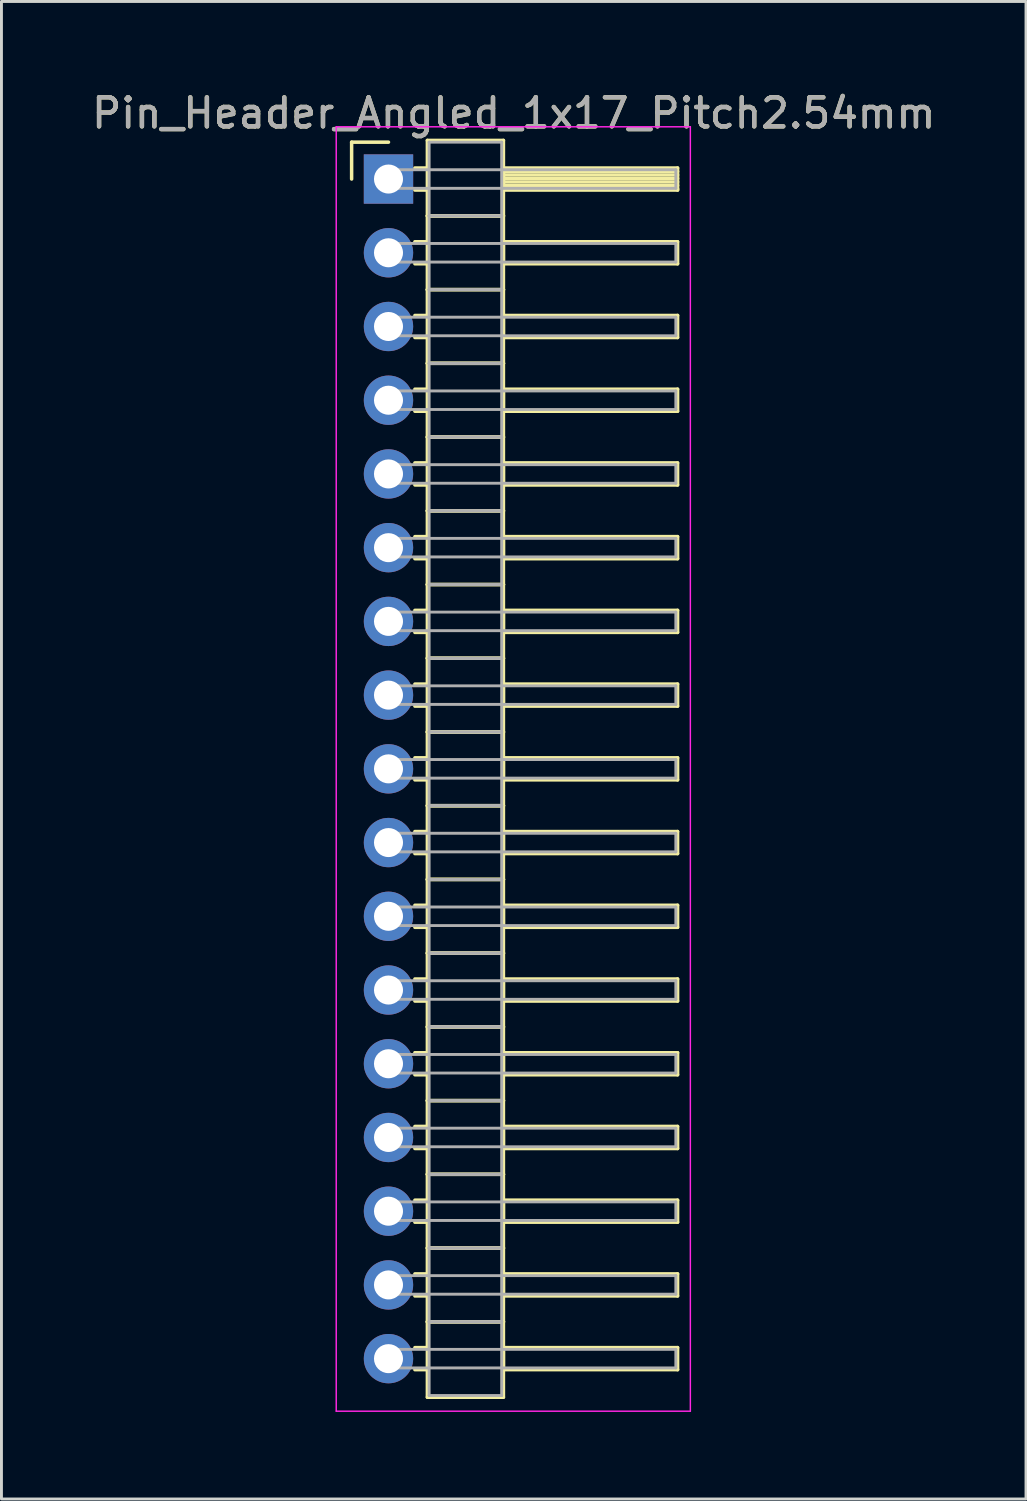
<source format=kicad_pcb>
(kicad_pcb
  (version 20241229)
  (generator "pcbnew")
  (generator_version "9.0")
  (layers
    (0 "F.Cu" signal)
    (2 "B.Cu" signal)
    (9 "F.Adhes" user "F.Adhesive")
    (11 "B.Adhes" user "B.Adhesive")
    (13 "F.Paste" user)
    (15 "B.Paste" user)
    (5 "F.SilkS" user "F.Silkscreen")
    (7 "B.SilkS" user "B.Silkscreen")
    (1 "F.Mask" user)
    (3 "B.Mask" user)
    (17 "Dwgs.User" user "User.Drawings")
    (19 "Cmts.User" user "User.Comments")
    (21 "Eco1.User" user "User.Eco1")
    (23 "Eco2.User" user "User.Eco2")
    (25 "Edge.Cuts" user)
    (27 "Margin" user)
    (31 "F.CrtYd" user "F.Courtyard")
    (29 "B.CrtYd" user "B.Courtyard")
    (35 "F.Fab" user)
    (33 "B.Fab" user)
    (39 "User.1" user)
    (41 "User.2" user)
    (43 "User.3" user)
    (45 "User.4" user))
  (footprint "Pin_Header_Angled_1x17_Pitch2.54mm"
    (layer "F.Cu")
    (at 10.334 3.118)
    (property "Reference" "Pin_Header_Angled_1x17_Pitch2.54mm" (at 4.315 -2.27 0) (layer "F.SilkS") (effects (font (size 1 1) (thickness 0.15))))
    (attr through_hole)
    (fp_line (start -1.27 -1.27) (end 0 -1.27) (stroke (width 0.12) (type solid)) (layer "F.SilkS"))
    (fp_line (start -1.27 0) (end -1.27 -1.27) (stroke (width 0.12) (type solid)) (layer "F.SilkS"))
    (fp_line (start 0.91 -0.38) (end 1.34 -0.38) (stroke (width 0.12) (type solid)) (layer "F.SilkS"))
    (fp_line (start 0.91 0.38) (end 1.34 0.38) (stroke (width 0.12) (type solid)) (layer "F.SilkS"))
    (fp_line (start 0.91 2.16) (end 1.34 2.16) (stroke (width 0.12) (type solid)) (layer "F.SilkS"))
    (fp_line (start 0.91 2.92) (end 1.34 2.92) (stroke (width 0.12) (type solid)) (layer "F.SilkS"))
    (fp_line (start 0.91 4.7) (end 1.34 4.7) (stroke (width 0.12) (type solid)) (layer "F.SilkS"))
    (fp_line (start 0.91 5.46) (end 1.34 5.46) (stroke (width 0.12) (type solid)) (layer "F.SilkS"))
    (fp_line (start 0.91 7.24) (end 1.34 7.24) (stroke (width 0.12) (type solid)) (layer "F.SilkS"))
    (fp_line (start 0.91 8) (end 1.34 8) (stroke (width 0.12) (type solid)) (layer "F.SilkS"))
    (fp_line (start 0.91 9.78) (end 1.34 9.78) (stroke (width 0.12) (type solid)) (layer "F.SilkS"))
    (fp_line (start 0.91 10.54) (end 1.34 10.54) (stroke (width 0.12) (type solid)) (layer "F.SilkS"))
    (fp_line (start 0.91 12.32) (end 1.34 12.32) (stroke (width 0.12) (type solid)) (layer "F.SilkS"))
    (fp_line (start 0.91 13.08) (end 1.34 13.08) (stroke (width 0.12) (type solid)) (layer "F.SilkS"))
    (fp_line (start 0.91 14.86) (end 1.34 14.86) (stroke (width 0.12) (type solid)) (layer "F.SilkS"))
    (fp_line (start 0.91 15.62) (end 1.34 15.62) (stroke (width 0.12) (type solid)) (layer "F.SilkS"))
    (fp_line (start 0.91 17.4) (end 1.34 17.4) (stroke (width 0.12) (type solid)) (layer "F.SilkS"))
    (fp_line (start 0.91 18.16) (end 1.34 18.16) (stroke (width 0.12) (type solid)) (layer "F.SilkS"))
    (fp_line (start 0.91 19.94) (end 1.34 19.94) (stroke (width 0.12) (type solid)) (layer "F.SilkS"))
    (fp_line (start 0.91 20.7) (end 1.34 20.7) (stroke (width 0.12) (type solid)) (layer "F.SilkS"))
    (fp_line (start 0.91 22.48) (end 1.34 22.48) (stroke (width 0.12) (type solid)) (layer "F.SilkS"))
    (fp_line (start 0.91 23.24) (end 1.34 23.24) (stroke (width 0.12) (type solid)) (layer "F.SilkS"))
    (fp_line (start 0.91 25.02) (end 1.34 25.02) (stroke (width 0.12) (type solid)) (layer "F.SilkS"))
    (fp_line (start 0.91 25.78) (end 1.34 25.78) (stroke (width 0.12) (type solid)) (layer "F.SilkS"))
    (fp_line (start 0.91 27.56) (end 1.34 27.56) (stroke (width 0.12) (type solid)) (layer "F.SilkS"))
    (fp_line (start 0.91 28.32) (end 1.34 28.32) (stroke (width 0.12) (type solid)) (layer "F.SilkS"))
    (fp_line (start 0.91 30.1) (end 1.34 30.1) (stroke (width 0.12) (type solid)) (layer "F.SilkS"))
    (fp_line (start 0.91 30.86) (end 1.34 30.86) (stroke (width 0.12) (type solid)) (layer "F.SilkS"))
    (fp_line (start 0.91 32.64) (end 1.34 32.64) (stroke (width 0.12) (type solid)) (layer "F.SilkS"))
    (fp_line (start 0.91 33.4) (end 1.34 33.4) (stroke (width 0.12) (type solid)) (layer "F.SilkS"))
    (fp_line (start 0.91 35.18) (end 1.34 35.18) (stroke (width 0.12) (type solid)) (layer "F.SilkS"))
    (fp_line (start 0.91 35.94) (end 1.34 35.94) (stroke (width 0.12) (type solid)) (layer "F.SilkS"))
    (fp_line (start 0.91 37.72) (end 1.34 37.72) (stroke (width 0.12) (type solid)) (layer "F.SilkS"))
    (fp_line (start 0.91 38.48) (end 1.34 38.48) (stroke (width 0.12) (type solid)) (layer "F.SilkS"))
    (fp_line (start 0.91 40.26) (end 1.34 40.26) (stroke (width 0.12) (type solid)) (layer "F.SilkS"))
    (fp_line (start 0.91 41.02) (end 1.34 41.02) (stroke (width 0.12) (type solid)) (layer "F.SilkS"))
    (fp_line (start 1.34 -1.33) (end 1.34 1.27) (stroke (width 0.12) (type solid)) (layer "F.SilkS"))
    (fp_line (start 1.34 1.27) (end 1.34 3.81) (stroke (width 0.12) (type solid)) (layer "F.SilkS"))
    (fp_line (start 1.34 1.27) (end 3.96 1.27) (stroke (width 0.12) (type solid)) (layer "F.SilkS"))
    (fp_line (start 1.34 3.81) (end 1.34 6.35) (stroke (width 0.12) (type solid)) (layer "F.SilkS"))
    (fp_line (start 1.34 3.81) (end 3.96 3.81) (stroke (width 0.12) (type solid)) (layer "F.SilkS"))
    (fp_line (start 1.34 6.35) (end 1.34 8.89) (stroke (width 0.12) (type solid)) (layer "F.SilkS"))
    (fp_line (start 1.34 6.35) (end 3.96 6.35) (stroke (width 0.12) (type solid)) (layer "F.SilkS"))
    (fp_line (start 1.34 8.89) (end 1.34 11.43) (stroke (width 0.12) (type solid)) (layer "F.SilkS"))
    (fp_line (start 1.34 8.89) (end 3.96 8.89) (stroke (width 0.12) (type solid)) (layer "F.SilkS"))
    (fp_line (start 1.34 11.43) (end 1.34 13.97) (stroke (width 0.12) (type solid)) (layer "F.SilkS"))
    (fp_line (start 1.34 11.43) (end 3.96 11.43) (stroke (width 0.12) (type solid)) (layer "F.SilkS"))
    (fp_line (start 1.34 13.97) (end 1.34 16.51) (stroke (width 0.12) (type solid)) (layer "F.SilkS"))
    (fp_line (start 1.34 13.97) (end 3.96 13.97) (stroke (width 0.12) (type solid)) (layer "F.SilkS"))
    (fp_line (start 1.34 16.51) (end 1.34 19.05) (stroke (width 0.12) (type solid)) (layer "F.SilkS"))
    (fp_line (start 1.34 16.51) (end 3.96 16.51) (stroke (width 0.12) (type solid)) (layer "F.SilkS"))
    (fp_line (start 1.34 19.05) (end 1.34 21.59) (stroke (width 0.12) (type solid)) (layer "F.SilkS"))
    (fp_line (start 1.34 19.05) (end 3.96 19.05) (stroke (width 0.12) (type solid)) (layer "F.SilkS"))
    (fp_line (start 1.34 21.59) (end 1.34 24.13) (stroke (width 0.12) (type solid)) (layer "F.SilkS"))
    (fp_line (start 1.34 21.59) (end 3.96 21.59) (stroke (width 0.12) (type solid)) (layer "F.SilkS"))
    (fp_line (start 1.34 24.13) (end 1.34 26.67) (stroke (width 0.12) (type solid)) (layer "F.SilkS"))
    (fp_line (start 1.34 24.13) (end 3.96 24.13) (stroke (width 0.12) (type solid)) (layer "F.SilkS"))
    (fp_line (start 1.34 26.67) (end 1.34 29.21) (stroke (width 0.12) (type solid)) (layer "F.SilkS"))
    (fp_line (start 1.34 26.67) (end 3.96 26.67) (stroke (width 0.12) (type solid)) (layer "F.SilkS"))
    (fp_line (start 1.34 29.21) (end 1.34 31.75) (stroke (width 0.12) (type solid)) (layer "F.SilkS"))
    (fp_line (start 1.34 29.21) (end 3.96 29.21) (stroke (width 0.12) (type solid)) (layer "F.SilkS"))
    (fp_line (start 1.34 31.75) (end 1.34 34.29) (stroke (width 0.12) (type solid)) (layer "F.SilkS"))
    (fp_line (start 1.34 31.75) (end 3.96 31.75) (stroke (width 0.12) (type solid)) (layer "F.SilkS"))
    (fp_line (start 1.34 34.29) (end 1.34 36.83) (stroke (width 0.12) (type solid)) (layer "F.SilkS"))
    (fp_line (start 1.34 34.29) (end 3.96 34.29) (stroke (width 0.12) (type solid)) (layer "F.SilkS"))
    (fp_line (start 1.34 36.83) (end 1.34 39.37) (stroke (width 0.12) (type solid)) (layer "F.SilkS"))
    (fp_line (start 1.34 36.83) (end 3.96 36.83) (stroke (width 0.12) (type solid)) (layer "F.SilkS"))
    (fp_line (start 1.34 39.37) (end 1.34 41.97) (stroke (width 0.12) (type solid)) (layer "F.SilkS"))
    (fp_line (start 1.34 39.37) (end 3.96 39.37) (stroke (width 0.12) (type solid)) (layer "F.SilkS"))
    (fp_line (start 1.34 41.97) (end 3.96 41.97) (stroke (width 0.12) (type solid)) (layer "F.SilkS"))
    (fp_line (start 3.96 -1.33) (end 1.34 -1.33) (stroke (width 0.12) (type solid)) (layer "F.SilkS"))
    (fp_line (start 3.96 -0.38) (end 3.96 0.38) (stroke (width 0.12) (type solid)) (layer "F.SilkS"))
    (fp_line (start 3.96 -0.26) (end 9.96 -0.26) (stroke (width 0.12) (type solid)) (layer "F.SilkS"))
    (fp_line (start 3.96 -0.14) (end 9.96 -0.14) (stroke (width 0.12) (type solid)) (layer "F.SilkS"))
    (fp_line (start 3.96 -0.02) (end 9.96 -0.02) (stroke (width 0.12) (type solid)) (layer "F.SilkS"))
    (fp_line (start 3.96 0.1) (end 9.96 0.1) (stroke (width 0.12) (type solid)) (layer "F.SilkS"))
    (fp_line (start 3.96 0.22) (end 9.96 0.22) (stroke (width 0.12) (type solid)) (layer "F.SilkS"))
    (fp_line (start 3.96 0.34) (end 9.96 0.34) (stroke (width 0.12) (type solid)) (layer "F.SilkS"))
    (fp_line (start 3.96 0.38) (end 9.96 0.38) (stroke (width 0.12) (type solid)) (layer "F.SilkS"))
    (fp_line (start 3.96 1.27) (end 1.34 1.27) (stroke (width 0.12) (type solid)) (layer "F.SilkS"))
    (fp_line (start 3.96 1.27) (end 3.96 -1.33) (stroke (width 0.12) (type solid)) (layer "F.SilkS"))
    (fp_line (start 3.96 2.16) (end 3.96 2.92) (stroke (width 0.12) (type solid)) (layer "F.SilkS"))
    (fp_line (start 3.96 2.92) (end 9.96 2.92) (stroke (width 0.12) (type solid)) (layer "F.SilkS"))
    (fp_line (start 3.96 3.81) (end 1.34 3.81) (stroke (width 0.12) (type solid)) (layer "F.SilkS"))
    (fp_line (start 3.96 3.81) (end 3.96 1.27) (stroke (width 0.12) (type solid)) (layer "F.SilkS"))
    (fp_line (start 3.96 4.7) (end 3.96 5.46) (stroke (width 0.12) (type solid)) (layer "F.SilkS"))
    (fp_line (start 3.96 5.46) (end 9.96 5.46) (stroke (width 0.12) (type solid)) (layer "F.SilkS"))
    (fp_line (start 3.96 6.35) (end 1.34 6.35) (stroke (width 0.12) (type solid)) (layer "F.SilkS"))
    (fp_line (start 3.96 6.35) (end 3.96 3.81) (stroke (width 0.12) (type solid)) (layer "F.SilkS"))
    (fp_line (start 3.96 7.24) (end 3.96 8) (stroke (width 0.12) (type solid)) (layer "F.SilkS"))
    (fp_line (start 3.96 8) (end 9.96 8) (stroke (width 0.12) (type solid)) (layer "F.SilkS"))
    (fp_line (start 3.96 8.89) (end 1.34 8.89) (stroke (width 0.12) (type solid)) (layer "F.SilkS"))
    (fp_line (start 3.96 8.89) (end 3.96 6.35) (stroke (width 0.12) (type solid)) (layer "F.SilkS"))
    (fp_line (start 3.96 9.78) (end 3.96 10.54) (stroke (width 0.12) (type solid)) (layer "F.SilkS"))
    (fp_line (start 3.96 10.54) (end 9.96 10.54) (stroke (width 0.12) (type solid)) (layer "F.SilkS"))
    (fp_line (start 3.96 11.43) (end 1.34 11.43) (stroke (width 0.12) (type solid)) (layer "F.SilkS"))
    (fp_line (start 3.96 11.43) (end 3.96 8.89) (stroke (width 0.12) (type solid)) (layer "F.SilkS"))
    (fp_line (start 3.96 12.32) (end 3.96 13.08) (stroke (width 0.12) (type solid)) (layer "F.SilkS"))
    (fp_line (start 3.96 13.08) (end 9.96 13.08) (stroke (width 0.12) (type solid)) (layer "F.SilkS"))
    (fp_line (start 3.96 13.97) (end 1.34 13.97) (stroke (width 0.12) (type solid)) (layer "F.SilkS"))
    (fp_line (start 3.96 13.97) (end 3.96 11.43) (stroke (width 0.12) (type solid)) (layer "F.SilkS"))
    (fp_line (start 3.96 14.86) (end 3.96 15.62) (stroke (width 0.12) (type solid)) (layer "F.SilkS"))
    (fp_line (start 3.96 15.62) (end 9.96 15.62) (stroke (width 0.12) (type solid)) (layer "F.SilkS"))
    (fp_line (start 3.96 16.51) (end 1.34 16.51) (stroke (width 0.12) (type solid)) (layer "F.SilkS"))
    (fp_line (start 3.96 16.51) (end 3.96 13.97) (stroke (width 0.12) (type solid)) (layer "F.SilkS"))
    (fp_line (start 3.96 17.4) (end 3.96 18.16) (stroke (width 0.12) (type solid)) (layer "F.SilkS"))
    (fp_line (start 3.96 18.16) (end 9.96 18.16) (stroke (width 0.12) (type solid)) (layer "F.SilkS"))
    (fp_line (start 3.96 19.05) (end 1.34 19.05) (stroke (width 0.12) (type solid)) (layer "F.SilkS"))
    (fp_line (start 3.96 19.05) (end 3.96 16.51) (stroke (width 0.12) (type solid)) (layer "F.SilkS"))
    (fp_line (start 3.96 19.94) (end 3.96 20.7) (stroke (width 0.12) (type solid)) (layer "F.SilkS"))
    (fp_line (start 3.96 20.7) (end 9.96 20.7) (stroke (width 0.12) (type solid)) (layer "F.SilkS"))
    (fp_line (start 3.96 21.59) (end 1.34 21.59) (stroke (width 0.12) (type solid)) (layer "F.SilkS"))
    (fp_line (start 3.96 21.59) (end 3.96 19.05) (stroke (width 0.12) (type solid)) (layer "F.SilkS"))
    (fp_line (start 3.96 22.48) (end 3.96 23.24) (stroke (width 0.12) (type solid)) (layer "F.SilkS"))
    (fp_line (start 3.96 23.24) (end 9.96 23.24) (stroke (width 0.12) (type solid)) (layer "F.SilkS"))
    (fp_line (start 3.96 24.13) (end 1.34 24.13) (stroke (width 0.12) (type solid)) (layer "F.SilkS"))
    (fp_line (start 3.96 24.13) (end 3.96 21.59) (stroke (width 0.12) (type solid)) (layer "F.SilkS"))
    (fp_line (start 3.96 25.02) (end 3.96 25.78) (stroke (width 0.12) (type solid)) (layer "F.SilkS"))
    (fp_line (start 3.96 25.78) (end 9.96 25.78) (stroke (width 0.12) (type solid)) (layer "F.SilkS"))
    (fp_line (start 3.96 26.67) (end 1.34 26.67) (stroke (width 0.12) (type solid)) (layer "F.SilkS"))
    (fp_line (start 3.96 26.67) (end 3.96 24.13) (stroke (width 0.12) (type solid)) (layer "F.SilkS"))
    (fp_line (start 3.96 27.56) (end 3.96 28.32) (stroke (width 0.12) (type solid)) (layer "F.SilkS"))
    (fp_line (start 3.96 28.32) (end 9.96 28.32) (stroke (width 0.12) (type solid)) (layer "F.SilkS"))
    (fp_line (start 3.96 29.21) (end 1.34 29.21) (stroke (width 0.12) (type solid)) (layer "F.SilkS"))
    (fp_line (start 3.96 29.21) (end 3.96 26.67) (stroke (width 0.12) (type solid)) (layer "F.SilkS"))
    (fp_line (start 3.96 30.1) (end 3.96 30.86) (stroke (width 0.12) (type solid)) (layer "F.SilkS"))
    (fp_line (start 3.96 30.86) (end 9.96 30.86) (stroke (width 0.12) (type solid)) (layer "F.SilkS"))
    (fp_line (start 3.96 31.75) (end 1.34 31.75) (stroke (width 0.12) (type solid)) (layer "F.SilkS"))
    (fp_line (start 3.96 31.75) (end 3.96 29.21) (stroke (width 0.12) (type solid)) (layer "F.SilkS"))
    (fp_line (start 3.96 32.64) (end 3.96 33.4) (stroke (width 0.12) (type solid)) (layer "F.SilkS"))
    (fp_line (start 3.96 33.4) (end 9.96 33.4) (stroke (width 0.12) (type solid)) (layer "F.SilkS"))
    (fp_line (start 3.96 34.29) (end 1.34 34.29) (stroke (width 0.12) (type solid)) (layer "F.SilkS"))
    (fp_line (start 3.96 34.29) (end 3.96 31.75) (stroke (width 0.12) (type solid)) (layer "F.SilkS"))
    (fp_line (start 3.96 35.18) (end 3.96 35.94) (stroke (width 0.12) (type solid)) (layer "F.SilkS"))
    (fp_line (start 3.96 35.94) (end 9.96 35.94) (stroke (width 0.12) (type solid)) (layer "F.SilkS"))
    (fp_line (start 3.96 36.83) (end 1.34 36.83) (stroke (width 0.12) (type solid)) (layer "F.SilkS"))
    (fp_line (start 3.96 36.83) (end 3.96 34.29) (stroke (width 0.12) (type solid)) (layer "F.SilkS"))
    (fp_line (start 3.96 37.72) (end 3.96 38.48) (stroke (width 0.12) (type solid)) (layer "F.SilkS"))
    (fp_line (start 3.96 38.48) (end 9.96 38.48) (stroke (width 0.12) (type solid)) (layer "F.SilkS"))
    (fp_line (start 3.96 39.37) (end 1.34 39.37) (stroke (width 0.12) (type solid)) (layer "F.SilkS"))
    (fp_line (start 3.96 39.37) (end 3.96 36.83) (stroke (width 0.12) (type solid)) (layer "F.SilkS"))
    (fp_line (start 3.96 40.26) (end 3.96 41.02) (stroke (width 0.12) (type solid)) (layer "F.SilkS"))
    (fp_line (start 3.96 41.02) (end 9.96 41.02) (stroke (width 0.12) (type solid)) (layer "F.SilkS"))
    (fp_line (start 3.96 41.97) (end 3.96 39.37) (stroke (width 0.12) (type solid)) (layer "F.SilkS"))
    (fp_line (start 9.96 -0.38) (end 3.96 -0.38) (stroke (width 0.12) (type solid)) (layer "F.SilkS"))
    (fp_line (start 9.96 0.38) (end 9.96 -0.38) (stroke (width 0.12) (type solid)) (layer "F.SilkS"))
    (fp_line (start 9.96 2.16) (end 3.96 2.16) (stroke (width 0.12) (type solid)) (layer "F.SilkS"))
    (fp_line (start 9.96 2.92) (end 9.96 2.16) (stroke (width 0.12) (type solid)) (layer "F.SilkS"))
    (fp_line (start 9.96 4.7) (end 3.96 4.7) (stroke (width 0.12) (type solid)) (layer "F.SilkS"))
    (fp_line (start 9.96 5.46) (end 9.96 4.7) (stroke (width 0.12) (type solid)) (layer "F.SilkS"))
    (fp_line (start 9.96 7.24) (end 3.96 7.24) (stroke (width 0.12) (type solid)) (layer "F.SilkS"))
    (fp_line (start 9.96 8) (end 9.96 7.24) (stroke (width 0.12) (type solid)) (layer "F.SilkS"))
    (fp_line (start 9.96 9.78) (end 3.96 9.78) (stroke (width 0.12) (type solid)) (layer "F.SilkS"))
    (fp_line (start 9.96 10.54) (end 9.96 9.78) (stroke (width 0.12) (type solid)) (layer "F.SilkS"))
    (fp_line (start 9.96 12.32) (end 3.96 12.32) (stroke (width 0.12) (type solid)) (layer "F.SilkS"))
    (fp_line (start 9.96 13.08) (end 9.96 12.32) (stroke (width 0.12) (type solid)) (layer "F.SilkS"))
    (fp_line (start 9.96 14.86) (end 3.96 14.86) (stroke (width 0.12) (type solid)) (layer "F.SilkS"))
    (fp_line (start 9.96 15.62) (end 9.96 14.86) (stroke (width 0.12) (type solid)) (layer "F.SilkS"))
    (fp_line (start 9.96 17.4) (end 3.96 17.4) (stroke (width 0.12) (type solid)) (layer "F.SilkS"))
    (fp_line (start 9.96 18.16) (end 9.96 17.4) (stroke (width 0.12) (type solid)) (layer "F.SilkS"))
    (fp_line (start 9.96 19.94) (end 3.96 19.94) (stroke (width 0.12) (type solid)) (layer "F.SilkS"))
    (fp_line (start 9.96 20.7) (end 9.96 19.94) (stroke (width 0.12) (type solid)) (layer "F.SilkS"))
    (fp_line (start 9.96 22.48) (end 3.96 22.48) (stroke (width 0.12) (type solid)) (layer "F.SilkS"))
    (fp_line (start 9.96 23.24) (end 9.96 22.48) (stroke (width 0.12) (type solid)) (layer "F.SilkS"))
    (fp_line (start 9.96 25.02) (end 3.96 25.02) (stroke (width 0.12) (type solid)) (layer "F.SilkS"))
    (fp_line (start 9.96 25.78) (end 9.96 25.02) (stroke (width 0.12) (type solid)) (layer "F.SilkS"))
    (fp_line (start 9.96 27.56) (end 3.96 27.56) (stroke (width 0.12) (type solid)) (layer "F.SilkS"))
    (fp_line (start 9.96 28.32) (end 9.96 27.56) (stroke (width 0.12) (type solid)) (layer "F.SilkS"))
    (fp_line (start 9.96 30.1) (end 3.96 30.1) (stroke (width 0.12) (type solid)) (layer "F.SilkS"))
    (fp_line (start 9.96 30.86) (end 9.96 30.1) (stroke (width 0.12) (type solid)) (layer "F.SilkS"))
    (fp_line (start 9.96 32.64) (end 3.96 32.64) (stroke (width 0.12) (type solid)) (layer "F.SilkS"))
    (fp_line (start 9.96 33.4) (end 9.96 32.64) (stroke (width 0.12) (type solid)) (layer "F.SilkS"))
    (fp_line (start 9.96 35.18) (end 3.96 35.18) (stroke (width 0.12) (type solid)) (layer "F.SilkS"))
    (fp_line (start 9.96 35.94) (end 9.96 35.18) (stroke (width 0.12) (type solid)) (layer "F.SilkS"))
    (fp_line (start 9.96 37.72) (end 3.96 37.72) (stroke (width 0.12) (type solid)) (layer "F.SilkS"))
    (fp_line (start 9.96 38.48) (end 9.96 37.72) (stroke (width 0.12) (type solid)) (layer "F.SilkS"))
    (fp_line (start 9.96 40.26) (end 3.96 40.26) (stroke (width 0.12) (type solid)) (layer "F.SilkS"))
    (fp_line (start 9.96 41.02) (end 9.96 40.26) (stroke (width 0.12) (type solid)) (layer "F.SilkS"))
    (fp_line (start -1.8 -1.8) (end -1.8 42.45) (stroke (width 0.05) (type solid)) (layer "F.CrtYd"))
    (fp_line (start -1.8 42.45) (end 10.4 42.45) (stroke (width 0.05) (type solid)) (layer "F.CrtYd"))
    (fp_line (start 10.4 -1.8) (end -1.8 -1.8) (stroke (width 0.05) (type solid)) (layer "F.CrtYd"))
    (fp_line (start 10.4 42.45) (end 10.4 -1.8) (stroke (width 0.05) (type solid)) (layer "F.CrtYd"))
    (fp_line (start 0 -0.32) (end 0 0.32) (stroke (width 0.1) (type solid)) (layer "F.Fab"))
    (fp_line (start 0 0.32) (end 9.9 0.32) (stroke (width 0.1) (type solid)) (layer "F.Fab"))
    (fp_line (start 0 2.22) (end 0 2.86) (stroke (width 0.1) (type solid)) (layer "F.Fab"))
    (fp_line (start 0 2.86) (end 9.9 2.86) (stroke (width 0.1) (type solid)) (layer "F.Fab"))
    (fp_line (start 0 4.76) (end 0 5.4) (stroke (width 0.1) (type solid)) (layer "F.Fab"))
    (fp_line (start 0 5.4) (end 9.9 5.4) (stroke (width 0.1) (type solid)) (layer "F.Fab"))
    (fp_line (start 0 7.3) (end 0 7.94) (stroke (width 0.1) (type solid)) (layer "F.Fab"))
    (fp_line (start 0 7.94) (end 9.9 7.94) (stroke (width 0.1) (type solid)) (layer "F.Fab"))
    (fp_line (start 0 9.84) (end 0 10.48) (stroke (width 0.1) (type solid)) (layer "F.Fab"))
    (fp_line (start 0 10.48) (end 9.9 10.48) (stroke (width 0.1) (type solid)) (layer "F.Fab"))
    (fp_line (start 0 12.38) (end 0 13.02) (stroke (width 0.1) (type solid)) (layer "F.Fab"))
    (fp_line (start 0 13.02) (end 9.9 13.02) (stroke (width 0.1) (type solid)) (layer "F.Fab"))
    (fp_line (start 0 14.92) (end 0 15.56) (stroke (width 0.1) (type solid)) (layer "F.Fab"))
    (fp_line (start 0 15.56) (end 9.9 15.56) (stroke (width 0.1) (type solid)) (layer "F.Fab"))
    (fp_line (start 0 17.46) (end 0 18.1) (stroke (width 0.1) (type solid)) (layer "F.Fab"))
    (fp_line (start 0 18.1) (end 9.9 18.1) (stroke (width 0.1) (type solid)) (layer "F.Fab"))
    (fp_line (start 0 20) (end 0 20.64) (stroke (width 0.1) (type solid)) (layer "F.Fab"))
    (fp_line (start 0 20.64) (end 9.9 20.64) (stroke (width 0.1) (type solid)) (layer "F.Fab"))
    (fp_line (start 0 22.54) (end 0 23.18) (stroke (width 0.1) (type solid)) (layer "F.Fab"))
    (fp_line (start 0 23.18) (end 9.9 23.18) (stroke (width 0.1) (type solid)) (layer "F.Fab"))
    (fp_line (start 0 25.08) (end 0 25.72) (stroke (width 0.1) (type solid)) (layer "F.Fab"))
    (fp_line (start 0 25.72) (end 9.9 25.72) (stroke (width 0.1) (type solid)) (layer "F.Fab"))
    (fp_line (start 0 27.62) (end 0 28.26) (stroke (width 0.1) (type solid)) (layer "F.Fab"))
    (fp_line (start 0 28.26) (end 9.9 28.26) (stroke (width 0.1) (type solid)) (layer "F.Fab"))
    (fp_line (start 0 30.16) (end 0 30.8) (stroke (width 0.1) (type solid)) (layer "F.Fab"))
    (fp_line (start 0 30.8) (end 9.9 30.8) (stroke (width 0.1) (type solid)) (layer "F.Fab"))
    (fp_line (start 0 32.7) (end 0 33.34) (stroke (width 0.1) (type solid)) (layer "F.Fab"))
    (fp_line (start 0 33.34) (end 9.9 33.34) (stroke (width 0.1) (type solid)) (layer "F.Fab"))
    (fp_line (start 0 35.24) (end 0 35.88) (stroke (width 0.1) (type solid)) (layer "F.Fab"))
    (fp_line (start 0 35.88) (end 9.9 35.88) (stroke (width 0.1) (type solid)) (layer "F.Fab"))
    (fp_line (start 0 37.78) (end 0 38.42) (stroke (width 0.1) (type solid)) (layer "F.Fab"))
    (fp_line (start 0 38.42) (end 9.9 38.42) (stroke (width 0.1) (type solid)) (layer "F.Fab"))
    (fp_line (start 0 40.32) (end 0 40.96) (stroke (width 0.1) (type solid)) (layer "F.Fab"))
    (fp_line (start 0 40.96) (end 9.9 40.96) (stroke (width 0.1) (type solid)) (layer "F.Fab"))
    (fp_line (start 1.4 -1.27) (end 1.4 1.27) (stroke (width 0.1) (type solid)) (layer "F.Fab"))
    (fp_line (start 1.4 1.27) (end 1.4 3.81) (stroke (width 0.1) (type solid)) (layer "F.Fab"))
    (fp_line (start 1.4 1.27) (end 3.9 1.27) (stroke (width 0.1) (type solid)) (layer "F.Fab"))
    (fp_line (start 1.4 3.81) (end 1.4 6.35) (stroke (width 0.1) (type solid)) (layer "F.Fab"))
    (fp_line (start 1.4 3.81) (end 3.9 3.81) (stroke (width 0.1) (type solid)) (layer "F.Fab"))
    (fp_line (start 1.4 6.35) (end 1.4 8.89) (stroke (width 0.1) (type solid)) (layer "F.Fab"))
    (fp_line (start 1.4 6.35) (end 3.9 6.35) (stroke (width 0.1) (type solid)) (layer "F.Fab"))
    (fp_line (start 1.4 8.89) (end 1.4 11.43) (stroke (width 0.1) (type solid)) (layer "F.Fab"))
    (fp_line (start 1.4 8.89) (end 3.9 8.89) (stroke (width 0.1) (type solid)) (layer "F.Fab"))
    (fp_line (start 1.4 11.43) (end 1.4 13.97) (stroke (width 0.1) (type solid)) (layer "F.Fab"))
    (fp_line (start 1.4 11.43) (end 3.9 11.43) (stroke (width 0.1) (type solid)) (layer "F.Fab"))
    (fp_line (start 1.4 13.97) (end 1.4 16.51) (stroke (width 0.1) (type solid)) (layer "F.Fab"))
    (fp_line (start 1.4 13.97) (end 3.9 13.97) (stroke (width 0.1) (type solid)) (layer "F.Fab"))
    (fp_line (start 1.4 16.51) (end 1.4 19.05) (stroke (width 0.1) (type solid)) (layer "F.Fab"))
    (fp_line (start 1.4 16.51) (end 3.9 16.51) (stroke (width 0.1) (type solid)) (layer "F.Fab"))
    (fp_line (start 1.4 19.05) (end 1.4 21.59) (stroke (width 0.1) (type solid)) (layer "F.Fab"))
    (fp_line (start 1.4 19.05) (end 3.9 19.05) (stroke (width 0.1) (type solid)) (layer "F.Fab"))
    (fp_line (start 1.4 21.59) (end 1.4 24.13) (stroke (width 0.1) (type solid)) (layer "F.Fab"))
    (fp_line (start 1.4 21.59) (end 3.9 21.59) (stroke (width 0.1) (type solid)) (layer "F.Fab"))
    (fp_line (start 1.4 24.13) (end 1.4 26.67) (stroke (width 0.1) (type solid)) (layer "F.Fab"))
    (fp_line (start 1.4 24.13) (end 3.9 24.13) (stroke (width 0.1) (type solid)) (layer "F.Fab"))
    (fp_line (start 1.4 26.67) (end 1.4 29.21) (stroke (width 0.1) (type solid)) (layer "F.Fab"))
    (fp_line (start 1.4 26.67) (end 3.9 26.67) (stroke (width 0.1) (type solid)) (layer "F.Fab"))
    (fp_line (start 1.4 29.21) (end 1.4 31.75) (stroke (width 0.1) (type solid)) (layer "F.Fab"))
    (fp_line (start 1.4 29.21) (end 3.9 29.21) (stroke (width 0.1) (type solid)) (layer "F.Fab"))
    (fp_line (start 1.4 31.75) (end 1.4 34.29) (stroke (width 0.1) (type solid)) (layer "F.Fab"))
    (fp_line (start 1.4 31.75) (end 3.9 31.75) (stroke (width 0.1) (type solid)) (layer "F.Fab"))
    (fp_line (start 1.4 34.29) (end 1.4 36.83) (stroke (width 0.1) (type solid)) (layer "F.Fab"))
    (fp_line (start 1.4 34.29) (end 3.9 34.29) (stroke (width 0.1) (type solid)) (layer "F.Fab"))
    (fp_line (start 1.4 36.83) (end 1.4 39.37) (stroke (width 0.1) (type solid)) (layer "F.Fab"))
    (fp_line (start 1.4 36.83) (end 3.9 36.83) (stroke (width 0.1) (type solid)) (layer "F.Fab"))
    (fp_line (start 1.4 39.37) (end 1.4 41.91) (stroke (width 0.1) (type solid)) (layer "F.Fab"))
    (fp_line (start 1.4 39.37) (end 3.9 39.37) (stroke (width 0.1) (type solid)) (layer "F.Fab"))
    (fp_line (start 1.4 41.91) (end 3.9 41.91) (stroke (width 0.1) (type solid)) (layer "F.Fab"))
    (fp_line (start 3.9 -1.27) (end 1.4 -1.27) (stroke (width 0.1) (type solid)) (layer "F.Fab"))
    (fp_line (start 3.9 1.27) (end 1.4 1.27) (stroke (width 0.1) (type solid)) (layer "F.Fab"))
    (fp_line (start 3.9 1.27) (end 3.9 -1.27) (stroke (width 0.1) (type solid)) (layer "F.Fab"))
    (fp_line (start 3.9 3.81) (end 1.4 3.81) (stroke (width 0.1) (type solid)) (layer "F.Fab"))
    (fp_line (start 3.9 3.81) (end 3.9 1.27) (stroke (width 0.1) (type solid)) (layer "F.Fab"))
    (fp_line (start 3.9 6.35) (end 1.4 6.35) (stroke (width 0.1) (type solid)) (layer "F.Fab"))
    (fp_line (start 3.9 6.35) (end 3.9 3.81) (stroke (width 0.1) (type solid)) (layer "F.Fab"))
    (fp_line (start 3.9 8.89) (end 1.4 8.89) (stroke (width 0.1) (type solid)) (layer "F.Fab"))
    (fp_line (start 3.9 8.89) (end 3.9 6.35) (stroke (width 0.1) (type solid)) (layer "F.Fab"))
    (fp_line (start 3.9 11.43) (end 1.4 11.43) (stroke (width 0.1) (type solid)) (layer "F.Fab"))
    (fp_line (start 3.9 11.43) (end 3.9 8.89) (stroke (width 0.1) (type solid)) (layer "F.Fab"))
    (fp_line (start 3.9 13.97) (end 1.4 13.97) (stroke (width 0.1) (type solid)) (layer "F.Fab"))
    (fp_line (start 3.9 13.97) (end 3.9 11.43) (stroke (width 0.1) (type solid)) (layer "F.Fab"))
    (fp_line (start 3.9 16.51) (end 1.4 16.51) (stroke (width 0.1) (type solid)) (layer "F.Fab"))
    (fp_line (start 3.9 16.51) (end 3.9 13.97) (stroke (width 0.1) (type solid)) (layer "F.Fab"))
    (fp_line (start 3.9 19.05) (end 1.4 19.05) (stroke (width 0.1) (type solid)) (layer "F.Fab"))
    (fp_line (start 3.9 19.05) (end 3.9 16.51) (stroke (width 0.1) (type solid)) (layer "F.Fab"))
    (fp_line (start 3.9 21.59) (end 1.4 21.59) (stroke (width 0.1) (type solid)) (layer "F.Fab"))
    (fp_line (start 3.9 21.59) (end 3.9 19.05) (stroke (width 0.1) (type solid)) (layer "F.Fab"))
    (fp_line (start 3.9 24.13) (end 1.4 24.13) (stroke (width 0.1) (type solid)) (layer "F.Fab"))
    (fp_line (start 3.9 24.13) (end 3.9 21.59) (stroke (width 0.1) (type solid)) (layer "F.Fab"))
    (fp_line (start 3.9 26.67) (end 1.4 26.67) (stroke (width 0.1) (type solid)) (layer "F.Fab"))
    (fp_line (start 3.9 26.67) (end 3.9 24.13) (stroke (width 0.1) (type solid)) (layer "F.Fab"))
    (fp_line (start 3.9 29.21) (end 1.4 29.21) (stroke (width 0.1) (type solid)) (layer "F.Fab"))
    (fp_line (start 3.9 29.21) (end 3.9 26.67) (stroke (width 0.1) (type solid)) (layer "F.Fab"))
    (fp_line (start 3.9 31.75) (end 1.4 31.75) (stroke (width 0.1) (type solid)) (layer "F.Fab"))
    (fp_line (start 3.9 31.75) (end 3.9 29.21) (stroke (width 0.1) (type solid)) (layer "F.Fab"))
    (fp_line (start 3.9 34.29) (end 1.4 34.29) (stroke (width 0.1) (type solid)) (layer "F.Fab"))
    (fp_line (start 3.9 34.29) (end 3.9 31.75) (stroke (width 0.1) (type solid)) (layer "F.Fab"))
    (fp_line (start 3.9 36.83) (end 1.4 36.83) (stroke (width 0.1) (type solid)) (layer "F.Fab"))
    (fp_line (start 3.9 36.83) (end 3.9 34.29) (stroke (width 0.1) (type solid)) (layer "F.Fab"))
    (fp_line (start 3.9 39.37) (end 1.4 39.37) (stroke (width 0.1) (type solid)) (layer "F.Fab"))
    (fp_line (start 3.9 39.37) (end 3.9 36.83) (stroke (width 0.1) (type solid)) (layer "F.Fab"))
    (fp_line (start 3.9 41.91) (end 3.9 39.37) (stroke (width 0.1) (type solid)) (layer "F.Fab"))
    (fp_line (start 9.9 -0.32) (end 0 -0.32) (stroke (width 0.1) (type solid)) (layer "F.Fab"))
    (fp_line (start 9.9 0.32) (end 9.9 -0.32) (stroke (width 0.1) (type solid)) (layer "F.Fab"))
    (fp_line (start 9.9 2.22) (end 0 2.22) (stroke (width 0.1) (type solid)) (layer "F.Fab"))
    (fp_line (start 9.9 2.86) (end 9.9 2.22) (stroke (width 0.1) (type solid)) (layer "F.Fab"))
    (fp_line (start 9.9 4.76) (end 0 4.76) (stroke (width 0.1) (type solid)) (layer "F.Fab"))
    (fp_line (start 9.9 5.4) (end 9.9 4.76) (stroke (width 0.1) (type solid)) (layer "F.Fab"))
    (fp_line (start 9.9 7.3) (end 0 7.3) (stroke (width 0.1) (type solid)) (layer "F.Fab"))
    (fp_line (start 9.9 7.94) (end 9.9 7.3) (stroke (width 0.1) (type solid)) (layer "F.Fab"))
    (fp_line (start 9.9 9.84) (end 0 9.84) (stroke (width 0.1) (type solid)) (layer "F.Fab"))
    (fp_line (start 9.9 10.48) (end 9.9 9.84) (stroke (width 0.1) (type solid)) (layer "F.Fab"))
    (fp_line (start 9.9 12.38) (end 0 12.38) (stroke (width 0.1) (type solid)) (layer "F.Fab"))
    (fp_line (start 9.9 13.02) (end 9.9 12.38) (stroke (width 0.1) (type solid)) (layer "F.Fab"))
    (fp_line (start 9.9 14.92) (end 0 14.92) (stroke (width 0.1) (type solid)) (layer "F.Fab"))
    (fp_line (start 9.9 15.56) (end 9.9 14.92) (stroke (width 0.1) (type solid)) (layer "F.Fab"))
    (fp_line (start 9.9 17.46) (end 0 17.46) (stroke (width 0.1) (type solid)) (layer "F.Fab"))
    (fp_line (start 9.9 18.1) (end 9.9 17.46) (stroke (width 0.1) (type solid)) (layer "F.Fab"))
    (fp_line (start 9.9 20) (end 0 20) (stroke (width 0.1) (type solid)) (layer "F.Fab"))
    (fp_line (start 9.9 20.64) (end 9.9 20) (stroke (width 0.1) (type solid)) (layer "F.Fab"))
    (fp_line (start 9.9 22.54) (end 0 22.54) (stroke (width 0.1) (type solid)) (layer "F.Fab"))
    (fp_line (start 9.9 23.18) (end 9.9 22.54) (stroke (width 0.1) (type solid)) (layer "F.Fab"))
    (fp_line (start 9.9 25.08) (end 0 25.08) (stroke (width 0.1) (type solid)) (layer "F.Fab"))
    (fp_line (start 9.9 25.72) (end 9.9 25.08) (stroke (width 0.1) (type solid)) (layer "F.Fab"))
    (fp_line (start 9.9 27.62) (end 0 27.62) (stroke (width 0.1) (type solid)) (layer "F.Fab"))
    (fp_line (start 9.9 28.26) (end 9.9 27.62) (stroke (width 0.1) (type solid)) (layer "F.Fab"))
    (fp_line (start 9.9 30.16) (end 0 30.16) (stroke (width 0.1) (type solid)) (layer "F.Fab"))
    (fp_line (start 9.9 30.8) (end 9.9 30.16) (stroke (width 0.1) (type solid)) (layer "F.Fab"))
    (fp_line (start 9.9 32.7) (end 0 32.7) (stroke (width 0.1) (type solid)) (layer "F.Fab"))
    (fp_line (start 9.9 33.34) (end 9.9 32.7) (stroke (width 0.1) (type solid)) (layer "F.Fab"))
    (fp_line (start 9.9 35.24) (end 0 35.24) (stroke (width 0.1) (type solid)) (layer "F.Fab"))
    (fp_line (start 9.9 35.88) (end 9.9 35.24) (stroke (width 0.1) (type solid)) (layer "F.Fab"))
    (fp_line (start 9.9 37.78) (end 0 37.78) (stroke (width 0.1) (type solid)) (layer "F.Fab"))
    (fp_line (start 9.9 38.42) (end 9.9 37.78) (stroke (width 0.1) (type solid)) (layer "F.Fab"))
    (fp_line (start 9.9 40.32) (end 0 40.32) (stroke (width 0.1) (type solid)) (layer "F.Fab"))
    (fp_line (start 9.9 40.96) (end 9.9 40.32) (stroke (width 0.1) (type solid)) (layer "F.Fab"))
    (fp_text user "${REFERENCE}" (at 4.315 -2.27 0) (layer "F.Fab") (effects (font (size 1 1) (thickness 0.15))))
    (pad "1" thru_hole rect (at 0 0) (size 1.7 1.7) (drill 1) (layers "*.Cu" "*.Mask"))
    (pad "2" thru_hole oval (at 0 2.54) (size 1.7 1.7) (drill 1) (layers "*.Cu" "*.Mask"))
    (pad "3" thru_hole oval (at 0 5.08) (size 1.7 1.7) (drill 1) (layers "*.Cu" "*.Mask"))
    (pad "4" thru_hole oval (at 0 7.62) (size 1.7 1.7) (drill 1) (layers "*.Cu" "*.Mask"))
    (pad "5" thru_hole oval (at 0 10.16) (size 1.7 1.7) (drill 1) (layers "*.Cu" "*.Mask"))
    (pad "6" thru_hole oval (at 0 12.7) (size 1.7 1.7) (drill 1) (layers "*.Cu" "*.Mask"))
    (pad "7" thru_hole oval (at 0 15.24) (size 1.7 1.7) (drill 1) (layers "*.Cu" "*.Mask"))
    (pad "8" thru_hole oval (at 0 17.78) (size 1.7 1.7) (drill 1) (layers "*.Cu" "*.Mask"))
    (pad "9" thru_hole oval (at 0 20.32) (size 1.7 1.7) (drill 1) (layers "*.Cu" "*.Mask"))
    (pad "10" thru_hole oval (at 0 22.86) (size 1.7 1.7) (drill 1) (layers "*.Cu" "*.Mask"))
    (pad "11" thru_hole oval (at 0 25.4) (size 1.7 1.7) (drill 1) (layers "*.Cu" "*.Mask"))
    (pad "12" thru_hole oval (at 0 27.94) (size 1.7 1.7) (drill 1) (layers "*.Cu" "*.Mask"))
    (pad "13" thru_hole oval (at 0 30.48) (size 1.7 1.7) (drill 1) (layers "*.Cu" "*.Mask"))
    (pad "14" thru_hole oval (at 0 33.02) (size 1.7 1.7) (drill 1) (layers "*.Cu" "*.Mask"))
    (pad "15" thru_hole oval (at 0 35.56) (size 1.7 1.7) (drill 1) (layers "*.Cu" "*.Mask"))
    (pad "16" thru_hole oval (at 0 38.1) (size 1.7 1.7) (drill 1) (layers "*.Cu" "*.Mask"))
    (pad "17" thru_hole oval (at 0 40.64) (size 1.7 1.7) (drill 1) (layers "*.Cu" "*.Mask")))
  (gr_rect
    (start -3 -3)
    (end 32.298 48.593)
    (stroke (width 0.1) (type default))
    (fill no)
    (layer "Edge.Cuts")))
</source>
